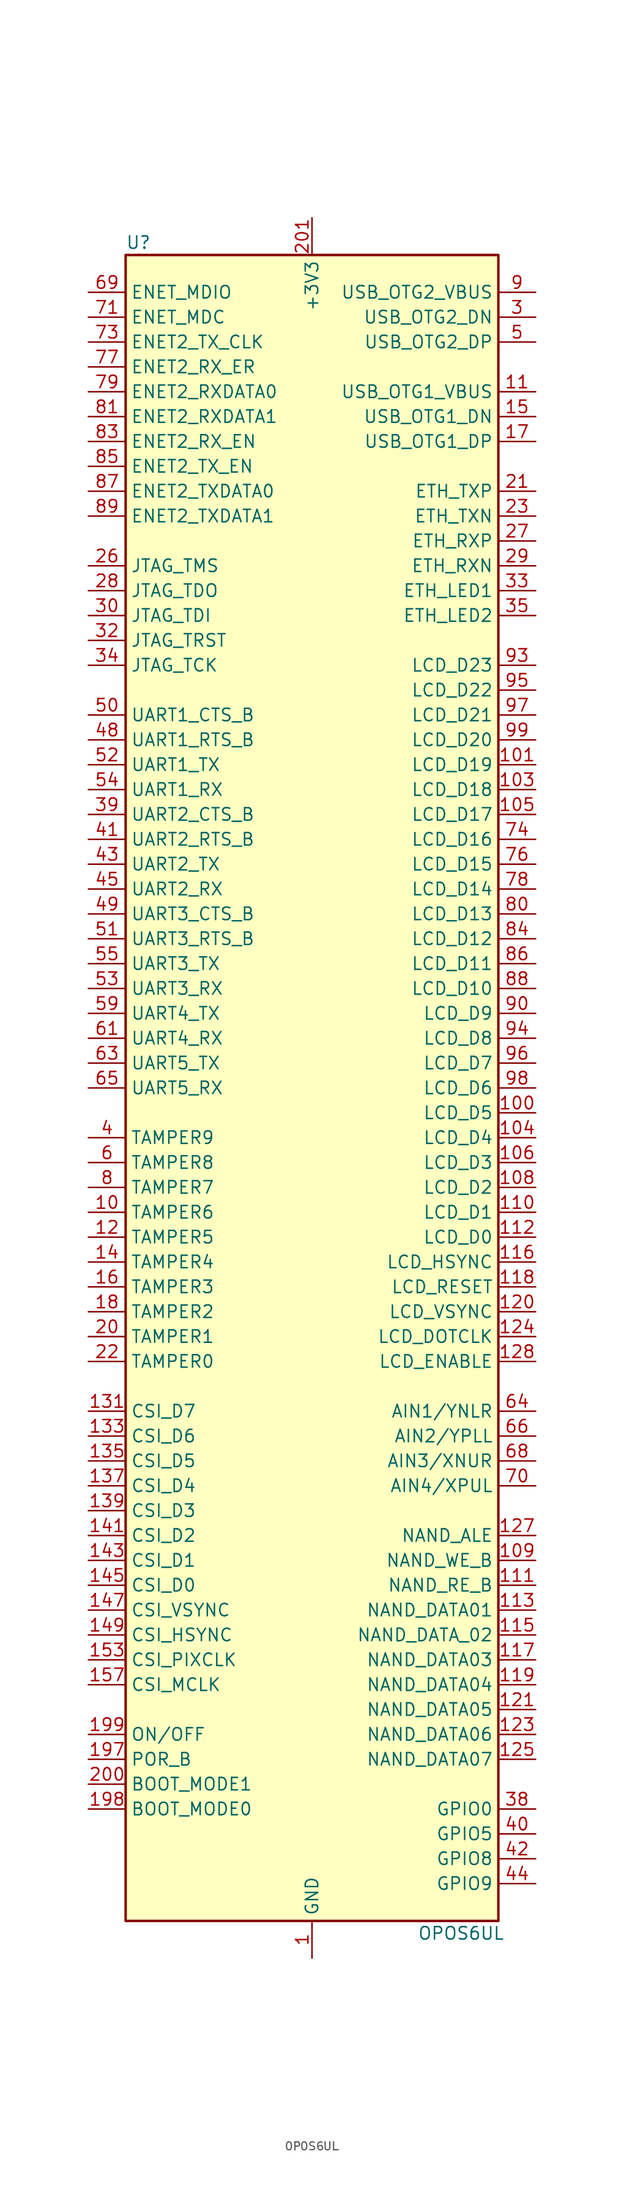
<source format=kicad_sym>
(kicad_symbol_lib
  (version 20241209)
  (generator "kicad_symbol_editor")
  (generator_version "9.0")
  (symbol "OPOS6UL"
    (property "Reference" "U"
      (at -19.05 86.36 0)
      (effects (font (size 1.27 1.27)) (justify left)))
    (property "Value" "OPOS6UL"
      (at 15.24 -86.36 0)
      (effects (font (size 1.27 1.27))))
    (symbol "OPOS6UL_1_1"
      (rectangle (start -19.05 85.09) (end 19.05 -85.09) (stroke (width 0.254) (type default)) (fill (type background)))
      (pin bidirectional line (at -22.86 81.28 0) (length 3.81) (name "ENET_MDIO" (effects (font (size 1.27 1.27)))) (number "69" (effects (font (size 1.27 1.27)))))
      (pin bidirectional line (at -22.86 78.74 0) (length 3.81) (name "ENET_MDC" (effects (font (size 1.27 1.27)))) (number "71" (effects (font (size 1.27 1.27)))))
      (pin bidirectional line (at -22.86 76.2 0) (length 3.81) (name "ENET2_TX_CLK" (effects (font (size 1.27 1.27)))) (number "73" (effects (font (size 1.27 1.27)))))
      (pin bidirectional line (at -22.86 73.66 0) (length 3.81) (name "ENET2_RX_ER" (effects (font (size 1.27 1.27)))) (number "77" (effects (font (size 1.27 1.27)))))
      (pin bidirectional line (at -22.86 71.12 0) (length 3.81) (name "ENET2_RXDATA0" (effects (font (size 1.27 1.27)))) (number "79" (effects (font (size 1.27 1.27)))))
      (pin bidirectional line (at -22.86 68.58 0) (length 3.81) (name "ENET2_RXDATA1" (effects (font (size 1.27 1.27)))) (number "81" (effects (font (size 1.27 1.27)))))
      (pin bidirectional line (at -22.86 66.04 0) (length 3.81) (name "ENET2_RX_EN" (effects (font (size 1.27 1.27)))) (number "83" (effects (font (size 1.27 1.27)))))
      (pin bidirectional line (at -22.86 63.5 0) (length 3.81) (name "ENET2_TX_EN" (effects (font (size 1.27 1.27)))) (number "85" (effects (font (size 1.27 1.27)))))
      (pin bidirectional line (at -22.86 60.96 0) (length 3.81) (name "ENET2_TXDATA0" (effects (font (size 1.27 1.27)))) (number "87" (effects (font (size 1.27 1.27)))))
      (pin bidirectional line (at -22.86 58.42 0) (length 3.81) (name "ENET2_TXDATA1" (effects (font (size 1.27 1.27)))) (number "89" (effects (font (size 1.27 1.27)))))
      (pin bidirectional line (at -22.86 53.34 0) (length 3.81) (name "JTAG_TMS" (effects (font (size 1.27 1.27)))) (number "26" (effects (font (size 1.27 1.27)))))
      (pin bidirectional line (at -22.86 50.8 0) (length 3.81) (name "JTAG_TDO" (effects (font (size 1.27 1.27)))) (number "28" (effects (font (size 1.27 1.27)))))
      (pin bidirectional line (at -22.86 48.26 0) (length 3.81) (name "JTAG_TDI" (effects (font (size 1.27 1.27)))) (number "30" (effects (font (size 1.27 1.27)))))
      (pin bidirectional line (at -22.86 45.72 0) (length 3.81) (name "JTAG_TRST" (effects (font (size 1.27 1.27)))) (number "32" (effects (font (size 1.27 1.27)))))
      (pin bidirectional line (at -22.86 43.18 0) (length 3.81) (name "JTAG_TCK" (effects (font (size 1.27 1.27)))) (number "34" (effects (font (size 1.27 1.27)))))
      (pin bidirectional line (at -22.86 38.1 0) (length 3.81) (name "UART1_CTS_B" (effects (font (size 1.27 1.27)))) (number "50" (effects (font (size 1.27 1.27)))))
      (pin bidirectional line (at -22.86 35.56 0) (length 3.81) (name "UART1_RTS_B" (effects (font (size 1.27 1.27)))) (number "48" (effects (font (size 1.27 1.27)))))
      (pin bidirectional line (at -22.86 33.02 0) (length 3.81) (name "UART1_TX" (effects (font (size 1.27 1.27)))) (number "52" (effects (font (size 1.27 1.27)))))
      (pin bidirectional line (at -22.86 30.48 0) (length 3.81) (name "UART1_RX" (effects (font (size 1.27 1.27)))) (number "54" (effects (font (size 1.27 1.27)))))
      (pin bidirectional line (at -22.86 27.94 0) (length 3.81) (name "UART2_CTS_B" (effects (font (size 1.27 1.27)))) (number "39" (effects (font (size 1.27 1.27)))))
      (pin bidirectional line (at -22.86 25.4 0) (length 3.81) (name "UART2_RTS_B" (effects (font (size 1.27 1.27)))) (number "41" (effects (font (size 1.27 1.27)))))
      (pin bidirectional line (at -22.86 22.86 0) (length 3.81) (name "UART2_TX" (effects (font (size 1.27 1.27)))) (number "43" (effects (font (size 1.27 1.27)))))
      (pin bidirectional line (at -22.86 20.32 0) (length 3.81) (name "UART2_RX" (effects (font (size 1.27 1.27)))) (number "45" (effects (font (size 1.27 1.27)))))
      (pin bidirectional line (at -22.86 17.78 0) (length 3.81) (name "UART3_CTS_B" (effects (font (size 1.27 1.27)))) (number "49" (effects (font (size 1.27 1.27)))))
      (pin bidirectional line (at -22.86 15.24 0) (length 3.81) (name "UART3_RTS_B" (effects (font (size 1.27 1.27)))) (number "51" (effects (font (size 1.27 1.27)))))
      (pin bidirectional line (at -22.86 12.7 0) (length 3.81) (name "UART3_TX" (effects (font (size 1.27 1.27)))) (number "55" (effects (font (size 1.27 1.27)))))
      (pin bidirectional line (at -22.86 10.16 0) (length 3.81) (name "UART3_RX" (effects (font (size 1.27 1.27)))) (number "53" (effects (font (size 1.27 1.27)))))
      (pin bidirectional line (at -22.86 7.62 0) (length 3.81) (name "UART4_TX" (effects (font (size 1.27 1.27)))) (number "59" (effects (font (size 1.27 1.27)))))
      (pin bidirectional line (at -22.86 5.08 0) (length 3.81) (name "UART4_RX" (effects (font (size 1.27 1.27)))) (number "61" (effects (font (size 1.27 1.27)))))
      (pin bidirectional line (at -22.86 2.54 0) (length 3.81) (name "UART5_TX" (effects (font (size 1.27 1.27)))) (number "63" (effects (font (size 1.27 1.27)))))
      (pin bidirectional line (at -22.86 0 0) (length 3.81) (name "UART5_RX" (effects (font (size 1.27 1.27)))) (number "65" (effects (font (size 1.27 1.27)))))
      (pin bidirectional line (at -22.86 -5.08 0) (length 3.81) (name "TAMPER9" (effects (font (size 1.27 1.27)))) (number "4" (effects (font (size 1.27 1.27)))))
      (pin bidirectional line (at -22.86 -7.62 0) (length 3.81) (name "TAMPER8" (effects (font (size 1.27 1.27)))) (number "6" (effects (font (size 1.27 1.27)))))
      (pin bidirectional line (at -22.86 -10.16 0) (length 3.81) (name "TAMPER7" (effects (font (size 1.27 1.27)))) (number "8" (effects (font (size 1.27 1.27)))))
      (pin bidirectional line (at -22.86 -12.7 0) (length 3.81) (name "TAMPER6" (effects (font (size 1.27 1.27)))) (number "10" (effects (font (size 1.27 1.27)))))
      (pin bidirectional line (at -22.86 -15.24 0) (length 3.81) (name "TAMPER5" (effects (font (size 1.27 1.27)))) (number "12" (effects (font (size 1.27 1.27)))))
      (pin bidirectional line (at -22.86 -17.78 0) (length 3.81) (name "TAMPER4" (effects (font (size 1.27 1.27)))) (number "14" (effects (font (size 1.27 1.27)))))
      (pin bidirectional line (at -22.86 -20.32 0) (length 3.81) (name "TAMPER3" (effects (font (size 1.27 1.27)))) (number "16" (effects (font (size 1.27 1.27)))))
      (pin bidirectional line (at -22.86 -22.86 0) (length 3.81) (name "TAMPER2" (effects (font (size 1.27 1.27)))) (number "18" (effects (font (size 1.27 1.27)))))
      (pin bidirectional line (at -22.86 -25.4 0) (length 3.81) (name "TAMPER1" (effects (font (size 1.27 1.27)))) (number "20" (effects (font (size 1.27 1.27)))))
      (pin bidirectional line (at -22.86 -27.94 0) (length 3.81) (name "TAMPER0" (effects (font (size 1.27 1.27)))) (number "22" (effects (font (size 1.27 1.27)))))
      (pin bidirectional line (at -22.86 -33.02 0) (length 3.81) (name "CSI_D7" (effects (font (size 1.27 1.27)))) (number "131" (effects (font (size 1.27 1.27)))))
      (pin bidirectional line (at -22.86 -35.56 0) (length 3.81) (name "CSI_D6" (effects (font (size 1.27 1.27)))) (number "133" (effects (font (size 1.27 1.27)))))
      (pin bidirectional line (at -22.86 -38.1 0) (length 3.81) (name "CSI_D5" (effects (font (size 1.27 1.27)))) (number "135" (effects (font (size 1.27 1.27)))))
      (pin bidirectional line (at -22.86 -40.64 0) (length 3.81) (name "CSI_D4" (effects (font (size 1.27 1.27)))) (number "137" (effects (font (size 1.27 1.27)))))
      (pin bidirectional line (at -22.86 -43.18 0) (length 3.81) (name "CSI_D3" (effects (font (size 1.27 1.27)))) (number "139" (effects (font (size 1.27 1.27)))))
      (pin bidirectional line (at -22.86 -45.72 0) (length 3.81) (name "CSI_D2" (effects (font (size 1.27 1.27)))) (number "141" (effects (font (size 1.27 1.27)))))
      (pin bidirectional line (at -22.86 -48.26 0) (length 3.81) (name "CSI_D1" (effects (font (size 1.27 1.27)))) (number "143" (effects (font (size 1.27 1.27)))))
      (pin bidirectional line (at -22.86 -50.8 0) (length 3.81) (name "CSI_D0" (effects (font (size 1.27 1.27)))) (number "145" (effects (font (size 1.27 1.27)))))
      (pin bidirectional line (at -22.86 -53.34 0) (length 3.81) (name "CSI_VSYNC" (effects (font (size 1.27 1.27)))) (number "147" (effects (font (size 1.27 1.27)))))
      (pin bidirectional line (at -22.86 -55.88 0) (length 3.81) (name "CSI_HSYNC" (effects (font (size 1.27 1.27)))) (number "149" (effects (font (size 1.27 1.27)))))
      (pin bidirectional line (at -22.86 -58.42 0) (length 3.81) (name "CSI_PIXCLK" (effects (font (size 1.27 1.27)))) (number "153" (effects (font (size 1.27 1.27)))))
      (pin bidirectional line (at -22.86 -60.96 0) (length 3.81) (name "CSI_MCLK" (effects (font (size 1.27 1.27)))) (number "157" (effects (font (size 1.27 1.27)))))
      (pin input line (at -22.86 -66.04 0) (length 3.81) (name "ON/OFF" (effects (font (size 1.27 1.27)))) (number "199" (effects (font (size 1.27 1.27)))))
      (pin input line (at -22.86 -68.58 0) (length 3.81) (name "POR_B" (effects (font (size 1.27 1.27)))) (number "197" (effects (font (size 1.27 1.27)))))
      (pin input line (at -22.86 -71.12 0) (length 3.81) (name "BOOT_MODE1" (effects (font (size 1.27 1.27)))) (number "200" (effects (font (size 1.27 1.27)))))
      (pin input line (at -22.86 -73.66 0) (length 3.81) (name "BOOT_MODE0" (effects (font (size 1.27 1.27)))) (number "198" (effects (font (size 1.27 1.27)))))
      (pin power_in line (at 0 88.9 270) (length 3.81) (name "+3V3" (effects (font (size 1.27 1.27)))) (number "201" (effects (font (size 1.27 1.27)))))
      (pin passive line (at 0 88.9 270) (length 3.81) (hide yes) (name "+3V3" (effects (font (size 1.27 1.27)))) (number "202" (effects (font (size 1.27 1.27)))))
      (pin passive line (at 0 88.9 270) (length 3.81) (hide yes) (name "+3V3" (effects (font (size 1.27 1.27)))) (number "203" (effects (font (size 1.27 1.27)))))
      (pin passive line (at 0 88.9 270) (length 3.81) (hide yes) (name "+3V3" (effects (font (size 1.27 1.27)))) (number "204" (effects (font (size 1.27 1.27)))))
      (pin no_connect line (at 0 68.58 0) (length 3.81) (hide yes) (name "NC" (effects (font (size 1.27 1.27)))) (number "161" (effects (font (size 1.27 1.27)))))
      (pin no_connect line (at 0 66.04 0) (length 3.81) (hide yes) (name "NC" (effects (font (size 1.27 1.27)))) (number "163" (effects (font (size 1.27 1.27)))))
      (pin no_connect line (at 0 63.5 0) (length 3.81) (hide yes) (name "NC" (effects (font (size 1.27 1.27)))) (number "165" (effects (font (size 1.27 1.27)))))
      (pin no_connect line (at 0 60.96 0) (length 3.81) (hide yes) (name "NC" (effects (font (size 1.27 1.27)))) (number "167" (effects (font (size 1.27 1.27)))))
      (pin no_connect line (at 0 58.42 0) (length 3.81) (hide yes) (name "NC" (effects (font (size 1.27 1.27)))) (number "169" (effects (font (size 1.27 1.27)))))
      (pin no_connect line (at 0 55.88 0) (length 3.81) (hide yes) (name "NC" (effects (font (size 1.27 1.27)))) (number "171" (effects (font (size 1.27 1.27)))))
      (pin no_connect line (at 0 53.34 0) (length 3.81) (hide yes) (name "NC" (effects (font (size 1.27 1.27)))) (number "173" (effects (font (size 1.27 1.27)))))
      (pin no_connect line (at 0 50.8 0) (length 3.81) (hide yes) (name "NC" (effects (font (size 1.27 1.27)))) (number "175" (effects (font (size 1.27 1.27)))))
      (pin no_connect line (at 0 48.26 0) (length 3.81) (hide yes) (name "NC" (effects (font (size 1.27 1.27)))) (number "177" (effects (font (size 1.27 1.27)))))
      (pin no_connect line (at 0 45.72 0) (length 3.81) (hide yes) (name "NC" (effects (font (size 1.27 1.27)))) (number "179" (effects (font (size 1.27 1.27)))))
      (pin no_connect line (at 0 43.18 0) (length 3.81) (hide yes) (name "NC" (effects (font (size 1.27 1.27)))) (number "181" (effects (font (size 1.27 1.27)))))
      (pin no_connect line (at 0 40.64 0) (length 3.81) (hide yes) (name "NC" (effects (font (size 1.27 1.27)))) (number "183" (effects (font (size 1.27 1.27)))))
      (pin no_connect line (at 0 38.1 0) (length 3.81) (hide yes) (name "NC" (effects (font (size 1.27 1.27)))) (number "185" (effects (font (size 1.27 1.27)))))
      (pin no_connect line (at 0 35.56 0) (length 3.81) (hide yes) (name "NC" (effects (font (size 1.27 1.27)))) (number "187" (effects (font (size 1.27 1.27)))))
      (pin no_connect line (at 0 33.02 0) (length 3.81) (hide yes) (name "NC" (effects (font (size 1.27 1.27)))) (number "189" (effects (font (size 1.27 1.27)))))
      (pin no_connect line (at 0 30.48 0) (length 3.81) (hide yes) (name "NC" (effects (font (size 1.27 1.27)))) (number "191" (effects (font (size 1.27 1.27)))))
      (pin no_connect line (at 0 27.94 0) (length 3.81) (hide yes) (name "NC" (effects (font (size 1.27 1.27)))) (number "193" (effects (font (size 1.27 1.27)))))
      (pin no_connect line (at 0 25.4 0) (length 3.81) (hide yes) (name "NC" (effects (font (size 1.27 1.27)))) (number "195" (effects (font (size 1.27 1.27)))))
      (pin no_connect line (at 0 22.86 0) (length 3.81) (hide yes) (name "NC" (effects (font (size 1.27 1.27)))) (number "58" (effects (font (size 1.27 1.27)))))
      (pin no_connect line (at 0 20.32 0) (length 3.81) (hide yes) (name "NC" (effects (font (size 1.27 1.27)))) (number "60" (effects (font (size 1.27 1.27)))))
      (pin no_connect line (at 0 17.78 0) (length 3.81) (hide yes) (name "NC" (effects (font (size 1.27 1.27)))) (number "130" (effects (font (size 1.27 1.27)))))
      (pin no_connect line (at 0 15.24 0) (length 3.81) (hide yes) (name "NC" (effects (font (size 1.27 1.27)))) (number "132" (effects (font (size 1.27 1.27)))))
      (pin no_connect line (at 0 12.7 0) (length 3.81) (hide yes) (name "NC" (effects (font (size 1.27 1.27)))) (number "134" (effects (font (size 1.27 1.27)))))
      (pin no_connect line (at 0 10.16 0) (length 3.81) (hide yes) (name "NC" (effects (font (size 1.27 1.27)))) (number "136" (effects (font (size 1.27 1.27)))))
      (pin no_connect line (at 0 7.62 0) (length 3.81) (hide yes) (name "NC" (effects (font (size 1.27 1.27)))) (number "138" (effects (font (size 1.27 1.27)))))
      (pin no_connect line (at 0 5.08 0) (length 3.81) (hide yes) (name "NC" (effects (font (size 1.27 1.27)))) (number "140" (effects (font (size 1.27 1.27)))))
      (pin no_connect line (at 0 2.54 0) (length 3.81) (hide yes) (name "NC" (effects (font (size 1.27 1.27)))) (number "142" (effects (font (size 1.27 1.27)))))
      (pin no_connect line (at 0 0 0) (length 3.81) (hide yes) (name "NC" (effects (font (size 1.27 1.27)))) (number "144" (effects (font (size 1.27 1.27)))))
      (pin no_connect line (at 0 -2.54 0) (length 3.81) (hide yes) (name "NC" (effects (font (size 1.27 1.27)))) (number "146" (effects (font (size 1.27 1.27)))))
      (pin no_connect line (at 0 -5.08 0) (length 3.81) (hide yes) (name "NC" (effects (font (size 1.27 1.27)))) (number "148" (effects (font (size 1.27 1.27)))))
      (pin no_connect line (at 0 -7.62 0) (length 3.81) (hide yes) (name "NC" (effects (font (size 1.27 1.27)))) (number "150" (effects (font (size 1.27 1.27)))))
      (pin no_connect line (at 0 -10.16 0) (length 3.81) (hide yes) (name "NC" (effects (font (size 1.27 1.27)))) (number "152" (effects (font (size 1.27 1.27)))))
      (pin no_connect line (at 0 -12.7 0) (length 3.81) (hide yes) (name "NC" (effects (font (size 1.27 1.27)))) (number "154" (effects (font (size 1.27 1.27)))))
      (pin no_connect line (at 0 -15.24 0) (length 3.81) (hide yes) (name "NC" (effects (font (size 1.27 1.27)))) (number "156" (effects (font (size 1.27 1.27)))))
      (pin no_connect line (at 0 -17.78 0) (length 3.81) (hide yes) (name "NC" (effects (font (size 1.27 1.27)))) (number "158" (effects (font (size 1.27 1.27)))))
      (pin no_connect line (at 0 -20.32 0) (length 3.81) (hide yes) (name "NC" (effects (font (size 1.27 1.27)))) (number "160" (effects (font (size 1.27 1.27)))))
      (pin no_connect line (at 0 -22.86 0) (length 3.81) (hide yes) (name "NC" (effects (font (size 1.27 1.27)))) (number "162" (effects (font (size 1.27 1.27)))))
      (pin no_connect line (at 0 -25.4 0) (length 3.81) (hide yes) (name "NC" (effects (font (size 1.27 1.27)))) (number "164" (effects (font (size 1.27 1.27)))))
      (pin no_connect line (at 0 -27.94 0) (length 3.81) (hide yes) (name "NC" (effects (font (size 1.27 1.27)))) (number "166" (effects (font (size 1.27 1.27)))))
      (pin no_connect line (at 0 -30.48 0) (length 3.81) (hide yes) (name "NC" (effects (font (size 1.27 1.27)))) (number "168" (effects (font (size 1.27 1.27)))))
      (pin no_connect line (at 0 -33.02 0) (length 3.81) (hide yes) (name "NC" (effects (font (size 1.27 1.27)))) (number "170" (effects (font (size 1.27 1.27)))))
      (pin no_connect line (at 0 -35.56 0) (length 3.81) (hide yes) (name "NC" (effects (font (size 1.27 1.27)))) (number "172" (effects (font (size 1.27 1.27)))))
      (pin no_connect line (at 0 -38.1 0) (length 3.81) (hide yes) (name "NC" (effects (font (size 1.27 1.27)))) (number "174" (effects (font (size 1.27 1.27)))))
      (pin no_connect line (at 0 -40.64 0) (length 3.81) (hide yes) (name "NC" (effects (font (size 1.27 1.27)))) (number "176" (effects (font (size 1.27 1.27)))))
      (pin no_connect line (at 0 -43.18 0) (length 3.81) (hide yes) (name "NC" (effects (font (size 1.27 1.27)))) (number "178" (effects (font (size 1.27 1.27)))))
      (pin no_connect line (at 0 -45.72 0) (length 3.81) (hide yes) (name "NC" (effects (font (size 1.27 1.27)))) (number "180" (effects (font (size 1.27 1.27)))))
      (pin no_connect line (at 0 -48.26 0) (length 3.81) (hide yes) (name "NC" (effects (font (size 1.27 1.27)))) (number "182" (effects (font (size 1.27 1.27)))))
      (pin no_connect line (at 0 -50.8 0) (length 3.81) (hide yes) (name "NC" (effects (font (size 1.27 1.27)))) (number "184" (effects (font (size 1.27 1.27)))))
      (pin no_connect line (at 0 -53.34 0) (length 3.81) (hide yes) (name "NC" (effects (font (size 1.27 1.27)))) (number "186" (effects (font (size 1.27 1.27)))))
      (pin no_connect line (at 0 -55.88 0) (length 3.81) (hide yes) (name "NC" (effects (font (size 1.27 1.27)))) (number "188" (effects (font (size 1.27 1.27)))))
      (pin no_connect line (at 0 -58.42 0) (length 3.81) (hide yes) (name "NC" (effects (font (size 1.27 1.27)))) (number "190" (effects (font (size 1.27 1.27)))))
      (pin no_connect line (at 0 -60.96 0) (length 3.81) (hide yes) (name "NC" (effects (font (size 1.27 1.27)))) (number "192" (effects (font (size 1.27 1.27)))))
      (pin no_connect line (at 0 -63.5 0) (length 3.81) (hide yes) (name "NC" (effects (font (size 1.27 1.27)))) (number "194" (effects (font (size 1.27 1.27)))))
      (pin no_connect line (at 0 -66.04 0) (length 3.81) (hide yes) (name "NC" (effects (font (size 1.27 1.27)))) (number "196" (effects (font (size 1.27 1.27)))))
      (pin power_in line (at 0 -88.9 90) (length 3.81) (name "GND" (effects (font (size 1.27 1.27)))) (number "1" (effects (font (size 1.27 1.27)))))
      (pin passive line (at 0 -88.9 90) (length 3.81) (hide yes) (name "GND" (effects (font (size 1.27 1.27)))) (number "102" (effects (font (size 1.27 1.27)))))
      (pin passive line (at 0 -88.9 90) (length 3.81) (hide yes) (name "GND" (effects (font (size 1.27 1.27)))) (number "107" (effects (font (size 1.27 1.27)))))
      (pin passive line (at 0 -88.9 90) (length 3.81) (hide yes) (name "GND" (effects (font (size 1.27 1.27)))) (number "114" (effects (font (size 1.27 1.27)))))
      (pin passive line (at 0 -88.9 90) (length 3.81) (hide yes) (name "GND" (effects (font (size 1.27 1.27)))) (number "122" (effects (font (size 1.27 1.27)))))
      (pin passive line (at 0 -88.9 90) (length 3.81) (hide yes) (name "GND" (effects (font (size 1.27 1.27)))) (number "126" (effects (font (size 1.27 1.27)))))
      (pin passive line (at 0 -88.9 90) (length 3.81) (hide yes) (name "GND" (effects (font (size 1.27 1.27)))) (number "129" (effects (font (size 1.27 1.27)))))
      (pin passive line (at 0 -88.9 90) (length 3.81) (hide yes) (name "GND" (effects (font (size 1.27 1.27)))) (number "13" (effects (font (size 1.27 1.27)))))
      (pin passive line (at 0 -88.9 90) (length 3.81) (hide yes) (name "GND" (effects (font (size 1.27 1.27)))) (number "151" (effects (font (size 1.27 1.27)))))
      (pin passive line (at 0 -88.9 90) (length 3.81) (hide yes) (name "GND" (effects (font (size 1.27 1.27)))) (number "155" (effects (font (size 1.27 1.27)))))
      (pin passive line (at 0 -88.9 90) (length 3.81) (hide yes) (name "GND" (effects (font (size 1.27 1.27)))) (number "159" (effects (font (size 1.27 1.27)))))
      (pin passive line (at 0 -88.9 90) (length 3.81) (hide yes) (name "GND" (effects (font (size 1.27 1.27)))) (number "19" (effects (font (size 1.27 1.27)))))
      (pin passive line (at 0 -88.9 90) (length 3.81) (hide yes) (name "GND" (effects (font (size 1.27 1.27)))) (number "2" (effects (font (size 1.27 1.27)))))
      (pin passive line (at 0 -88.9 90) (length 3.81) (hide yes) (name "GND" (effects (font (size 1.27 1.27)))) (number "24" (effects (font (size 1.27 1.27)))))
      (pin passive line (at 0 -88.9 90) (length 3.81) (hide yes) (name "GND" (effects (font (size 1.27 1.27)))) (number "25" (effects (font (size 1.27 1.27)))))
      (pin passive line (at 0 -88.9 90) (length 3.81) (hide yes) (name "GND" (effects (font (size 1.27 1.27)))) (number "31" (effects (font (size 1.27 1.27)))))
      (pin passive line (at 0 -88.9 90) (length 3.81) (hide yes) (name "GND" (effects (font (size 1.27 1.27)))) (number "36" (effects (font (size 1.27 1.27)))))
      (pin passive line (at 0 -88.9 90) (length 3.81) (hide yes) (name "GND" (effects (font (size 1.27 1.27)))) (number "37" (effects (font (size 1.27 1.27)))))
      (pin passive line (at 0 -88.9 90) (length 3.81) (hide yes) (name "GND" (effects (font (size 1.27 1.27)))) (number "46" (effects (font (size 1.27 1.27)))))
      (pin passive line (at 0 -88.9 90) (length 3.81) (hide yes) (name "GND" (effects (font (size 1.27 1.27)))) (number "47" (effects (font (size 1.27 1.27)))))
      (pin passive line (at 0 -88.9 90) (length 3.81) (hide yes) (name "GND" (effects (font (size 1.27 1.27)))) (number "56" (effects (font (size 1.27 1.27)))))
      (pin passive line (at 0 -88.9 90) (length 3.81) (hide yes) (name "GND" (effects (font (size 1.27 1.27)))) (number "57" (effects (font (size 1.27 1.27)))))
      (pin passive line (at 0 -88.9 90) (length 3.81) (hide yes) (name "GND" (effects (font (size 1.27 1.27)))) (number "62" (effects (font (size 1.27 1.27)))))
      (pin passive line (at 0 -88.9 90) (length 3.81) (hide yes) (name "GND" (effects (font (size 1.27 1.27)))) (number "67" (effects (font (size 1.27 1.27)))))
      (pin passive line (at 0 -88.9 90) (length 3.81) (hide yes) (name "GND" (effects (font (size 1.27 1.27)))) (number "7" (effects (font (size 1.27 1.27)))))
      (pin passive line (at 0 -88.9 90) (length 3.81) (hide yes) (name "GND" (effects (font (size 1.27 1.27)))) (number "72" (effects (font (size 1.27 1.27)))))
      (pin passive line (at 0 -88.9 90) (length 3.81) (hide yes) (name "GND" (effects (font (size 1.27 1.27)))) (number "75" (effects (font (size 1.27 1.27)))))
      (pin passive line (at 0 -88.9 90) (length 3.81) (hide yes) (name "GND" (effects (font (size 1.27 1.27)))) (number "82" (effects (font (size 1.27 1.27)))))
      (pin passive line (at 0 -88.9 90) (length 3.81) (hide yes) (name "GND" (effects (font (size 1.27 1.27)))) (number "91" (effects (font (size 1.27 1.27)))))
      (pin passive line (at 0 -88.9 90) (length 3.81) (hide yes) (name "GND" (effects (font (size 1.27 1.27)))) (number "92" (effects (font (size 1.27 1.27)))))
      (pin power_in line (at 22.86 81.28 180) (length 3.81) (name "USB_OTG2_VBUS" (effects (font (size 1.27 1.27)))) (number "9" (effects (font (size 1.27 1.27)))))
      (pin bidirectional line (at 22.86 78.74 180) (length 3.81) (name "USB_OTG2_DN" (effects (font (size 1.27 1.27)))) (number "3" (effects (font (size 1.27 1.27)))))
      (pin bidirectional line (at 22.86 76.2 180) (length 3.81) (name "USB_OTG2_DP" (effects (font (size 1.27 1.27)))) (number "5" (effects (font (size 1.27 1.27)))))
      (pin power_in line (at 22.86 71.12 180) (length 3.81) (name "USB_OTG1_VBUS" (effects (font (size 1.27 1.27)))) (number "11" (effects (font (size 1.27 1.27)))))
      (pin bidirectional line (at 22.86 68.58 180) (length 3.81) (name "USB_OTG1_DN" (effects (font (size 1.27 1.27)))) (number "15" (effects (font (size 1.27 1.27)))))
      (pin bidirectional line (at 22.86 66.04 180) (length 3.81) (name "USB_OTG1_DP" (effects (font (size 1.27 1.27)))) (number "17" (effects (font (size 1.27 1.27)))))
      (pin bidirectional line (at 22.86 60.96 180) (length 3.81) (name "ETH_TXP" (effects (font (size 1.27 1.27)))) (number "21" (effects (font (size 1.27 1.27)))))
      (pin bidirectional line (at 22.86 58.42 180) (length 3.81) (name "ETH_TXN" (effects (font (size 1.27 1.27)))) (number "23" (effects (font (size 1.27 1.27)))))
      (pin bidirectional line (at 22.86 55.88 180) (length 3.81) (name "ETH_RXP" (effects (font (size 1.27 1.27)))) (number "27" (effects (font (size 1.27 1.27)))))
      (pin bidirectional line (at 22.86 53.34 180) (length 3.81) (name "ETH_RXN" (effects (font (size 1.27 1.27)))) (number "29" (effects (font (size 1.27 1.27)))))
      (pin output line (at 22.86 50.8 180) (length 3.81) (name "ETH_LED1" (effects (font (size 1.27 1.27)))) (number "33" (effects (font (size 1.27 1.27)))))
      (pin output line (at 22.86 48.26 180) (length 3.81) (name "ETH_LED2" (effects (font (size 1.27 1.27)))) (number "35" (effects (font (size 1.27 1.27)))))
      (pin bidirectional line (at 22.86 43.18 180) (length 3.81) (name "LCD_D23" (effects (font (size 1.27 1.27)))) (number "93" (effects (font (size 1.27 1.27)))))
      (pin bidirectional line (at 22.86 40.64 180) (length 3.81) (name "LCD_D22" (effects (font (size 1.27 1.27)))) (number "95" (effects (font (size 1.27 1.27)))))
      (pin bidirectional line (at 22.86 38.1 180) (length 3.81) (name "LCD_D21" (effects (font (size 1.27 1.27)))) (number "97" (effects (font (size 1.27 1.27)))))
      (pin bidirectional line (at 22.86 35.56 180) (length 3.81) (name "LCD_D20" (effects (font (size 1.27 1.27)))) (number "99" (effects (font (size 1.27 1.27)))))
      (pin bidirectional line (at 22.86 33.02 180) (length 3.81) (name "LCD_D19" (effects (font (size 1.27 1.27)))) (number "101" (effects (font (size 1.27 1.27)))))
      (pin bidirectional line (at 22.86 30.48 180) (length 3.81) (name "LCD_D18" (effects (font (size 1.27 1.27)))) (number "103" (effects (font (size 1.27 1.27)))))
      (pin bidirectional line (at 22.86 27.94 180) (length 3.81) (name "LCD_D17" (effects (font (size 1.27 1.27)))) (number "105" (effects (font (size 1.27 1.27)))))
      (pin bidirectional line (at 22.86 25.4 180) (length 3.81) (name "LCD_D16" (effects (font (size 1.27 1.27)))) (number "74" (effects (font (size 1.27 1.27)))))
      (pin bidirectional line (at 22.86 22.86 180) (length 3.81) (name "LCD_D15" (effects (font (size 1.27 1.27)))) (number "76" (effects (font (size 1.27 1.27)))))
      (pin bidirectional line (at 22.86 20.32 180) (length 3.81) (name "LCD_D14" (effects (font (size 1.27 1.27)))) (number "78" (effects (font (size 1.27 1.27)))))
      (pin bidirectional line (at 22.86 17.78 180) (length 3.81) (name "LCD_D13" (effects (font (size 1.27 1.27)))) (number "80" (effects (font (size 1.27 1.27)))))
      (pin bidirectional line (at 22.86 15.24 180) (length 3.81) (name "LCD_D12" (effects (font (size 1.27 1.27)))) (number "84" (effects (font (size 1.27 1.27)))))
      (pin bidirectional line (at 22.86 12.7 180) (length 3.81) (name "LCD_D11" (effects (font (size 1.27 1.27)))) (number "86" (effects (font (size 1.27 1.27)))))
      (pin bidirectional line (at 22.86 10.16 180) (length 3.81) (name "LCD_D10" (effects (font (size 1.27 1.27)))) (number "88" (effects (font (size 1.27 1.27)))))
      (pin bidirectional line (at 22.86 7.62 180) (length 3.81) (name "LCD_D9" (effects (font (size 1.27 1.27)))) (number "90" (effects (font (size 1.27 1.27)))))
      (pin bidirectional line (at 22.86 5.08 180) (length 3.81) (name "LCD_D8" (effects (font (size 1.27 1.27)))) (number "94" (effects (font (size 1.27 1.27)))))
      (pin bidirectional line (at 22.86 2.54 180) (length 3.81) (name "LCD_D7" (effects (font (size 1.27 1.27)))) (number "96" (effects (font (size 1.27 1.27)))))
      (pin bidirectional line (at 22.86 0 180) (length 3.81) (name "LCD_D6" (effects (font (size 1.27 1.27)))) (number "98" (effects (font (size 1.27 1.27)))))
      (pin bidirectional line (at 22.86 -2.54 180) (length 3.81) (name "LCD_D5" (effects (font (size 1.27 1.27)))) (number "100" (effects (font (size 1.27 1.27)))))
      (pin bidirectional line (at 22.86 -5.08 180) (length 3.81) (name "LCD_D4" (effects (font (size 1.27 1.27)))) (number "104" (effects (font (size 1.27 1.27)))))
      (pin bidirectional line (at 22.86 -7.62 180) (length 3.81) (name "LCD_D3" (effects (font (size 1.27 1.27)))) (number "106" (effects (font (size 1.27 1.27)))))
      (pin bidirectional line (at 22.86 -10.16 180) (length 3.81) (name "LCD_D2" (effects (font (size 1.27 1.27)))) (number "108" (effects (font (size 1.27 1.27)))))
      (pin bidirectional line (at 22.86 -12.7 180) (length 3.81) (name "LCD_D1" (effects (font (size 1.27 1.27)))) (number "110" (effects (font (size 1.27 1.27)))))
      (pin bidirectional line (at 22.86 -15.24 180) (length 3.81) (name "LCD_D0" (effects (font (size 1.27 1.27)))) (number "112" (effects (font (size 1.27 1.27)))))
      (pin bidirectional line (at 22.86 -17.78 180) (length 3.81) (name "LCD_HSYNC" (effects (font (size 1.27 1.27)))) (number "116" (effects (font (size 1.27 1.27)))))
      (pin bidirectional line (at 22.86 -20.32 180) (length 3.81) (name "LCD_RESET" (effects (font (size 1.27 1.27)))) (number "118" (effects (font (size 1.27 1.27)))))
      (pin bidirectional line (at 22.86 -22.86 180) (length 3.81) (name "LCD_VSYNC" (effects (font (size 1.27 1.27)))) (number "120" (effects (font (size 1.27 1.27)))))
      (pin bidirectional line (at 22.86 -25.4 180) (length 3.81) (name "LCD_DOTCLK" (effects (font (size 1.27 1.27)))) (number "124" (effects (font (size 1.27 1.27)))))
      (pin bidirectional line (at 22.86 -27.94 180) (length 3.81) (name "LCD_ENABLE" (effects (font (size 1.27 1.27)))) (number "128" (effects (font (size 1.27 1.27)))))
      (pin bidirectional line (at 22.86 -33.02 180) (length 3.81) (name "AIN1/YNLR" (effects (font (size 1.27 1.27)))) (number "64" (effects (font (size 1.27 1.27)))))
      (pin bidirectional line (at 22.86 -35.56 180) (length 3.81) (name "AIN2/YPLL" (effects (font (size 1.27 1.27)))) (number "66" (effects (font (size 1.27 1.27)))))
      (pin bidirectional line (at 22.86 -38.1 180) (length 3.81) (name "AIN3/XNUR" (effects (font (size 1.27 1.27)))) (number "68" (effects (font (size 1.27 1.27)))))
      (pin bidirectional line (at 22.86 -40.64 180) (length 3.81) (name "AIN4/XPUL" (effects (font (size 1.27 1.27)))) (number "70" (effects (font (size 1.27 1.27)))))
      (pin bidirectional line (at 22.86 -45.72 180) (length 3.81) (name "NAND_ALE" (effects (font (size 1.27 1.27)))) (number "127" (effects (font (size 1.27 1.27)))))
      (pin bidirectional line (at 22.86 -48.26 180) (length 3.81) (name "NAND_WE_B" (effects (font (size 1.27 1.27)))) (number "109" (effects (font (size 1.27 1.27)))))
      (pin bidirectional line (at 22.86 -50.8 180) (length 3.81) (name "NAND_RE_B" (effects (font (size 1.27 1.27)))) (number "111" (effects (font (size 1.27 1.27)))))
      (pin bidirectional line (at 22.86 -53.34 180) (length 3.81) (name "NAND_DATA01" (effects (font (size 1.27 1.27)))) (number "113" (effects (font (size 1.27 1.27)))))
      (pin bidirectional line (at 22.86 -55.88 180) (length 3.81) (name "NAND_DATA_02" (effects (font (size 1.27 1.27)))) (number "115" (effects (font (size 1.27 1.27)))))
      (pin bidirectional line (at 22.86 -58.42 180) (length 3.81) (name "NAND_DATA03" (effects (font (size 1.27 1.27)))) (number "117" (effects (font (size 1.27 1.27)))))
      (pin bidirectional line (at 22.86 -60.96 180) (length 3.81) (name "NAND_DATA04" (effects (font (size 1.27 1.27)))) (number "119" (effects (font (size 1.27 1.27)))))
      (pin bidirectional line (at 22.86 -63.5 180) (length 3.81) (name "NAND_DATA05" (effects (font (size 1.27 1.27)))) (number "121" (effects (font (size 1.27 1.27)))))
      (pin bidirectional line (at 22.86 -66.04 180) (length 3.81) (name "NAND_DATA06" (effects (font (size 1.27 1.27)))) (number "123" (effects (font (size 1.27 1.27)))))
      (pin bidirectional line (at 22.86 -68.58 180) (length 3.81) (name "NAND_DATA07" (effects (font (size 1.27 1.27)))) (number "125" (effects (font (size 1.27 1.27)))))
      (pin bidirectional line (at 22.86 -73.66 180) (length 3.81) (name "GPIO0" (effects (font (size 1.27 1.27)))) (number "38" (effects (font (size 1.27 1.27)))))
      (pin bidirectional line (at 22.86 -76.2 180) (length 3.81) (name "GPIO5" (effects (font (size 1.27 1.27)))) (number "40" (effects (font (size 1.27 1.27)))))
      (pin bidirectional line (at 22.86 -78.74 180) (length 3.81) (name "GPIO8" (effects (font (size 1.27 1.27)))) (number "42" (effects (font (size 1.27 1.27)))))
      (pin bidirectional line (at 22.86 -81.28 180) (length 3.81) (name "GPIO9" (effects (font (size 1.27 1.27)))) (number "44" (effects (font (size 1.27 1.27))))))))
</source>
